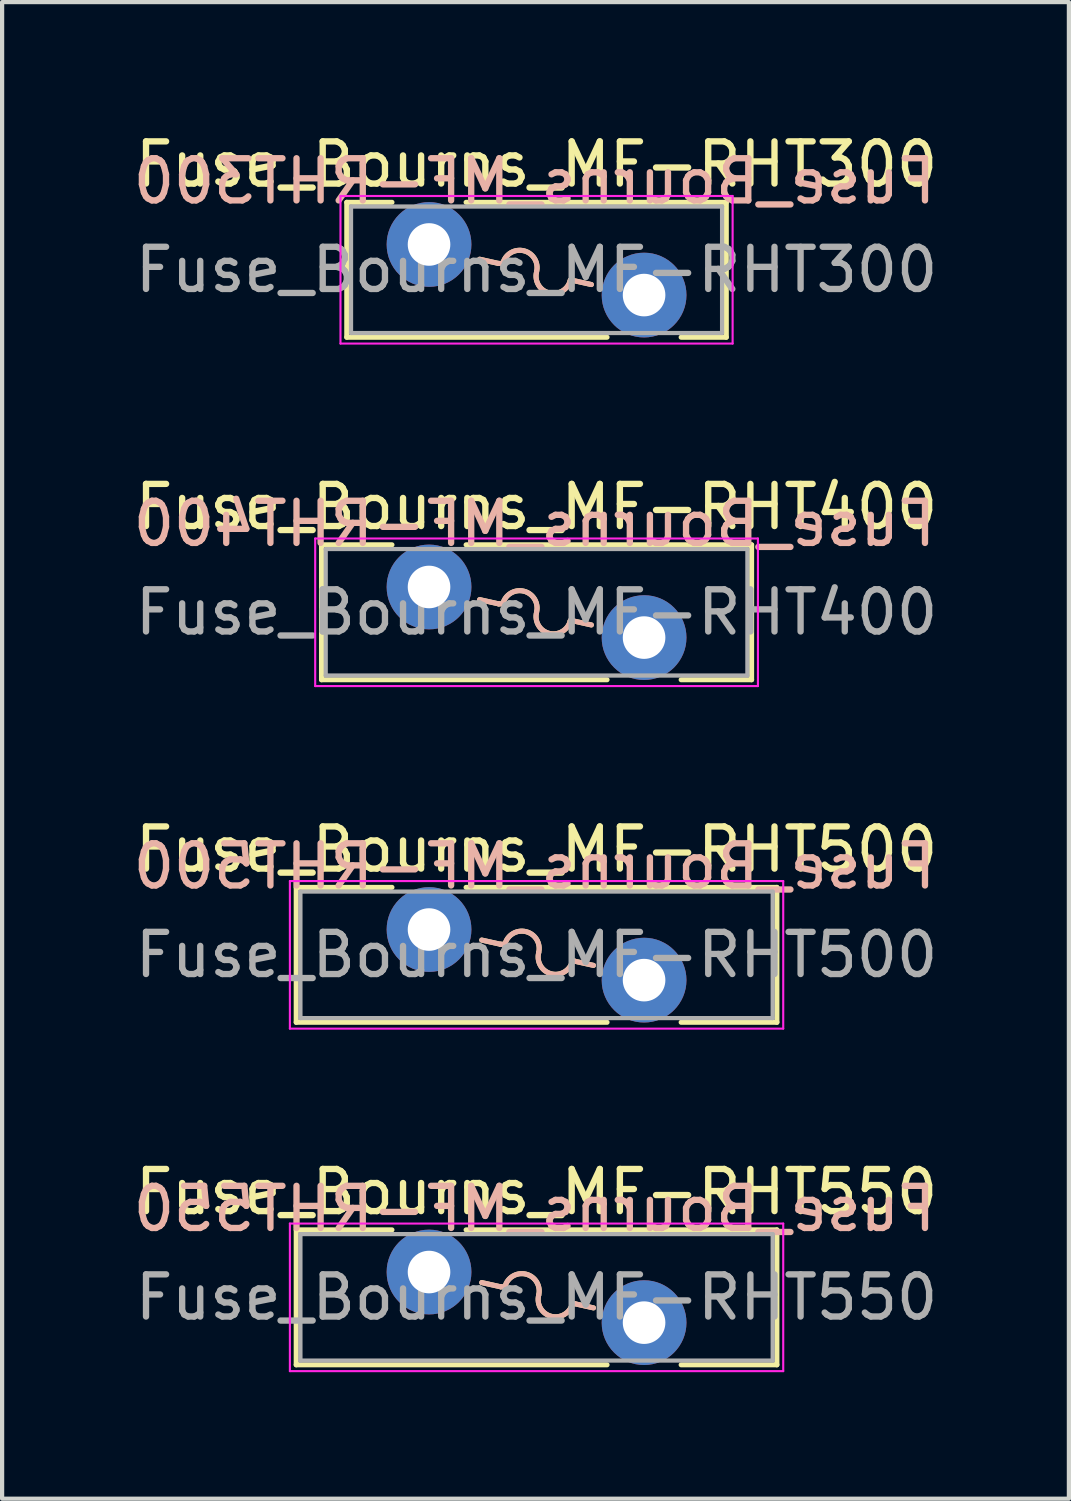
<source format=kicad_pcb>
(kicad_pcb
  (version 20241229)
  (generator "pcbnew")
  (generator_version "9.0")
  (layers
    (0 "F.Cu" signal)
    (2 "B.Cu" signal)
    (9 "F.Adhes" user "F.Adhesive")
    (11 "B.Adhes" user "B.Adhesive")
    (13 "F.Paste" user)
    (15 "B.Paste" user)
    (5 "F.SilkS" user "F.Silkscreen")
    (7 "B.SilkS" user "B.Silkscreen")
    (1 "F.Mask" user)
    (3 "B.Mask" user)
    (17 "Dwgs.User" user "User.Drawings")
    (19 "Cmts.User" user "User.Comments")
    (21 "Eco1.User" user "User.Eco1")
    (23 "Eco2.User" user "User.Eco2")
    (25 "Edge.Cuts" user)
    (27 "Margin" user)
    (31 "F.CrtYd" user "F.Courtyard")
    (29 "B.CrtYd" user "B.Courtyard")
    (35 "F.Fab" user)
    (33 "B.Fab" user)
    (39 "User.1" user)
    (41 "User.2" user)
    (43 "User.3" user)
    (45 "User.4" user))
  (footprint "Fuse_Bourns_MF-RHT500"
    (layer "F.Cu")
    (at 7.125 18.995)
    (property "Reference" "Fuse_Bourns_MF-RHT500" (at 2.55 -1.9 0) (layer "F.SilkS") (effects (font (size 1 1) (thickness 0.15))))
    (fp_line (start -3.15 -1) (end -3.15 2.2) (stroke (width 0.12) (type solid)) (layer "F.SilkS"))
    (fp_line (start -3.15 -1) (end -0.879 -1) (stroke (width 0.12) (type solid)) (layer "F.SilkS"))
    (fp_line (start -3.15 2.2) (end 4.222 2.2) (stroke (width 0.12) (type solid)) (layer "F.SilkS"))
    (fp_line (start 0.879 -1) (end 8.25 -1) (stroke (width 0.12) (type solid)) (layer "F.SilkS"))
    (fp_line (start 1.25 0.25) (end 1.7 0.35) (stroke (width 0.12) (type solid)) (layer "F.SilkS"))
    (fp_line (start 1.8 0.35) (end 1.7 0.35) (stroke (width 0.12) (type solid)) (layer "F.SilkS"))
    (fp_line (start 3.4 0.75) (end 3.45 0.75) (stroke (width 0.12) (type solid)) (layer "F.SilkS"))
    (fp_line (start 3.45 0.75) (end 3.9 0.85) (stroke (width 0.12) (type solid)) (layer "F.SilkS"))
    (fp_line (start 5.979 2.2) (end 8.25 2.2) (stroke (width 0.12) (type solid)) (layer "F.SilkS"))
    (fp_line (start 8.25 -1) (end 8.25 2.2) (stroke (width 0.12) (type solid)) (layer "F.SilkS"))
    (fp_arc (start 1.800001 0.350001) (mid 2.299999 0.050001) (end 2.599999 0.549999) (stroke (width 0.12) (type solid)) (layer "F.SilkS"))
    (fp_arc (start 3.399999 0.749999) (mid 2.900001 1.049999) (end 2.600001 0.550001) (stroke (width 0.12) (type solid)) (layer "F.SilkS"))
    (fp_line (start 1.25 0.25) (end 1.7 0.35) (stroke (width 0.12) (type solid)) (layer "B.SilkS"))
    (fp_line (start 1.8 0.35) (end 1.7 0.35) (stroke (width 0.12) (type solid)) (layer "B.SilkS"))
    (fp_line (start 3.4 0.75) (end 3.45 0.75) (stroke (width 0.12) (type solid)) (layer "B.SilkS"))
    (fp_line (start 3.45 0.75) (end 3.9 0.85) (stroke (width 0.12) (type solid)) (layer "B.SilkS"))
    (fp_arc (start 1.800001 0.350001) (mid 2.299999 0.050001) (end 2.599999 0.549999) (stroke (width 0.12) (type solid)) (layer "B.SilkS"))
    (fp_arc (start 3.399999 0.749999) (mid 2.900001 1.049999) (end 2.600001 0.550001) (stroke (width 0.12) (type solid)) (layer "B.SilkS"))
    (fp_line (start -3.3 -1.15) (end -3.3 2.35) (stroke (width 0.05) (type solid)) (layer "F.CrtYd"))
    (fp_line (start -3.3 2.35) (end 8.4 2.35) (stroke (width 0.05) (type solid)) (layer "F.CrtYd"))
    (fp_line (start 8.4 -1.15) (end -3.3 -1.15) (stroke (width 0.05) (type solid)) (layer "F.CrtYd"))
    (fp_line (start 8.4 2.35) (end 8.4 -1.15) (stroke (width 0.05) (type solid)) (layer "F.CrtYd"))
    (fp_line (start -3.05 -0.9) (end -3.05 2.1) (stroke (width 0.1) (type solid)) (layer "F.Fab"))
    (fp_line (start -3.05 2.1) (end 8.15 2.1) (stroke (width 0.1) (type solid)) (layer "F.Fab"))
    (fp_line (start 8.15 -0.9) (end -3.05 -0.9) (stroke (width 0.1) (type solid)) (layer "F.Fab"))
    (fp_line (start 8.15 2.1) (end 8.15 -0.9) (stroke (width 0.1) (type solid)) (layer "F.Fab"))
    (fp_text user "${REFERENCE}" (at 2.5 -1.5 0) (layer "B.SilkS") (effects (font (size 1 1) (thickness 0.15)) (justify mirror)))
    (fp_text user "${REFERENCE}" (at 2.55 0.6 0) (layer "F.Fab") (effects (font (size 1 1) (thickness 0.15))))
    (pad "1" thru_hole circle (at 0 0) (size 2.01 2.01) (drill 1.01) (layers "*.Cu" "*.Mask"))
    (pad "2" thru_hole circle (at 5.1 1.2) (size 2.01 2.01) (drill 1.01) (layers "*.Cu" "*.Mask")))
  (footprint "Fuse_Bourns_MF-RHT300"
    (layer "F.Cu")
    (at 7.125 2.748)
    (property "Reference" "Fuse_Bourns_MF-RHT300" (at 2.55 -1.9 0) (layer "F.SilkS") (effects (font (size 1 1) (thickness 0.15))))
    (fp_line (start -1.951 -1) (end -1.951 2.2) (stroke (width 0.12) (type solid)) (layer "F.SilkS"))
    (fp_line (start -1.951 -1) (end -0.879 -1) (stroke (width 0.12) (type solid)) (layer "F.SilkS"))
    (fp_line (start -1.951 2.2) (end 4.222 2.2) (stroke (width 0.12) (type solid)) (layer "F.SilkS"))
    (fp_line (start 0.879 -1) (end 7.05 -1) (stroke (width 0.12) (type solid)) (layer "F.SilkS"))
    (fp_line (start 1.2 0.35) (end 1.65 0.45) (stroke (width 0.12) (type solid)) (layer "F.SilkS"))
    (fp_line (start 1.75 0.45) (end 1.65 0.45) (stroke (width 0.12) (type solid)) (layer "F.SilkS"))
    (fp_line (start 3.35 0.85) (end 3.4 0.85) (stroke (width 0.12) (type solid)) (layer "F.SilkS"))
    (fp_line (start 3.4 0.85) (end 3.85 0.95) (stroke (width 0.12) (type solid)) (layer "F.SilkS"))
    (fp_line (start 5.979 2.2) (end 7.05 2.2) (stroke (width 0.12) (type solid)) (layer "F.SilkS"))
    (fp_line (start 7.05 -1) (end 7.05 2.2) (stroke (width 0.12) (type solid)) (layer "F.SilkS"))
    (fp_arc (start 1.750001 0.450001) (mid 2.249999 0.150001) (end 2.549999 0.649999) (stroke (width 0.12) (type solid)) (layer "F.SilkS"))
    (fp_arc (start 3.349999 0.849999) (mid 2.850001 1.149999) (end 2.550001 0.650001) (stroke (width 0.12) (type solid)) (layer "F.SilkS"))
    (fp_line (start 1.2 0.35) (end 1.65 0.45) (stroke (width 0.12) (type solid)) (layer "B.SilkS"))
    (fp_line (start 1.75 0.45) (end 1.65 0.45) (stroke (width 0.12) (type solid)) (layer "B.SilkS"))
    (fp_line (start 3.35 0.85) (end 3.4 0.85) (stroke (width 0.12) (type solid)) (layer "B.SilkS"))
    (fp_line (start 3.4 0.85) (end 3.85 0.95) (stroke (width 0.12) (type solid)) (layer "B.SilkS"))
    (fp_arc (start 1.750001 0.450001) (mid 2.249999 0.150001) (end 2.549999 0.649999) (stroke (width 0.12) (type solid)) (layer "B.SilkS"))
    (fp_arc (start 3.349999 0.849999) (mid 2.850001 1.149999) (end 2.550001 0.650001) (stroke (width 0.12) (type solid)) (layer "B.SilkS"))
    (fp_line (start -2.1 -1.15) (end -2.1 2.35) (stroke (width 0.05) (type solid)) (layer "F.CrtYd"))
    (fp_line (start -2.1 2.35) (end 7.2 2.35) (stroke (width 0.05) (type solid)) (layer "F.CrtYd"))
    (fp_line (start 7.2 -1.15) (end -2.1 -1.15) (stroke (width 0.05) (type solid)) (layer "F.CrtYd"))
    (fp_line (start 7.2 2.35) (end 7.2 -1.15) (stroke (width 0.05) (type solid)) (layer "F.CrtYd"))
    (fp_line (start -1.85 -0.9) (end -1.85 2.1) (stroke (width 0.1) (type solid)) (layer "F.Fab"))
    (fp_line (start -1.85 2.1) (end 6.95 2.1) (stroke (width 0.1) (type solid)) (layer "F.Fab"))
    (fp_line (start 6.95 -0.9) (end -1.85 -0.9) (stroke (width 0.1) (type solid)) (layer "F.Fab"))
    (fp_line (start 6.95 2.1) (end 6.95 -0.9) (stroke (width 0.1) (type solid)) (layer "F.Fab"))
    (fp_text user "${REFERENCE}" (at 2.5 -1.5 0) (layer "B.SilkS") (effects (font (size 1 1) (thickness 0.15)) (justify mirror)))
    (fp_text user "${REFERENCE}" (at 2.55 0.6 0) (layer "F.Fab") (effects (font (size 1 1) (thickness 0.15))))
    (pad "1" thru_hole circle (at 0 0) (size 2.01 2.01) (drill 1.01) (layers "*.Cu" "*.Mask"))
    (pad "2" thru_hole circle (at 5.1 1.2) (size 2.01 2.01) (drill 1.01) (layers "*.Cu" "*.Mask")))
  (footprint "Fuse_Bourns_MF-RHT400"
    (layer "F.Cu")
    (at 7.125 10.871)
    (property "Reference" "Fuse_Bourns_MF-RHT400" (at 2.55 -1.9 0) (layer "F.SilkS") (effects (font (size 1 1) (thickness 0.15))))
    (fp_line (start -2.55 -1) (end -2.55 2.2) (stroke (width 0.12) (type solid)) (layer "F.SilkS"))
    (fp_line (start -2.55 -1) (end -0.879 -1) (stroke (width 0.12) (type solid)) (layer "F.SilkS"))
    (fp_line (start -2.55 2.2) (end 4.222 2.2) (stroke (width 0.12) (type solid)) (layer "F.SilkS"))
    (fp_line (start 0.879 -1) (end 7.65 -1) (stroke (width 0.12) (type solid)) (layer "F.SilkS"))
    (fp_line (start 1.2 0.3) (end 1.65 0.4) (stroke (width 0.12) (type solid)) (layer "F.SilkS"))
    (fp_line (start 1.75 0.4) (end 1.65 0.4) (stroke (width 0.12) (type solid)) (layer "F.SilkS"))
    (fp_line (start 3.35 0.8) (end 3.4 0.8) (stroke (width 0.12) (type solid)) (layer "F.SilkS"))
    (fp_line (start 3.4 0.8) (end 3.85 0.9) (stroke (width 0.12) (type solid)) (layer "F.SilkS"))
    (fp_line (start 5.979 2.2) (end 7.65 2.2) (stroke (width 0.12) (type solid)) (layer "F.SilkS"))
    (fp_line (start 7.65 -1) (end 7.65 2.2) (stroke (width 0.12) (type solid)) (layer "F.SilkS"))
    (fp_arc (start 1.750001 0.400001) (mid 2.249999 0.100001) (end 2.549999 0.599999) (stroke (width 0.12) (type solid)) (layer "F.SilkS"))
    (fp_arc (start 3.349999 0.799999) (mid 2.850001 1.099999) (end 2.550001 0.600001) (stroke (width 0.12) (type solid)) (layer "F.SilkS"))
    (fp_line (start 1.2 0.3) (end 1.65 0.4) (stroke (width 0.12) (type solid)) (layer "B.SilkS"))
    (fp_line (start 1.75 0.4) (end 1.65 0.4) (stroke (width 0.12) (type solid)) (layer "B.SilkS"))
    (fp_line (start 3.35 0.8) (end 3.4 0.8) (stroke (width 0.12) (type solid)) (layer "B.SilkS"))
    (fp_line (start 3.4 0.8) (end 3.85 0.9) (stroke (width 0.12) (type solid)) (layer "B.SilkS"))
    (fp_arc (start 1.750001 0.400001) (mid 2.249999 0.100001) (end 2.549999 0.599999) (stroke (width 0.12) (type solid)) (layer "B.SilkS"))
    (fp_arc (start 3.349999 0.799999) (mid 2.850001 1.099999) (end 2.550001 0.600001) (stroke (width 0.12) (type solid)) (layer "B.SilkS"))
    (fp_line (start -2.7 -1.15) (end -2.7 2.35) (stroke (width 0.05) (type solid)) (layer "F.CrtYd"))
    (fp_line (start -2.7 2.35) (end 7.8 2.35) (stroke (width 0.05) (type solid)) (layer "F.CrtYd"))
    (fp_line (start 7.8 -1.15) (end -2.7 -1.15) (stroke (width 0.05) (type solid)) (layer "F.CrtYd"))
    (fp_line (start 7.8 2.35) (end 7.8 -1.15) (stroke (width 0.05) (type solid)) (layer "F.CrtYd"))
    (fp_line (start -2.45 -0.9) (end -2.45 2.1) (stroke (width 0.1) (type solid)) (layer "F.Fab"))
    (fp_line (start -2.45 2.1) (end 7.55 2.1) (stroke (width 0.1) (type solid)) (layer "F.Fab"))
    (fp_line (start 7.55 -0.9) (end -2.45 -0.9) (stroke (width 0.1) (type solid)) (layer "F.Fab"))
    (fp_line (start 7.55 2.1) (end 7.55 -0.9) (stroke (width 0.1) (type solid)) (layer "F.Fab"))
    (fp_text user "${REFERENCE}" (at 2.5 -1.5 0) (layer "B.SilkS") (effects (font (size 1 1) (thickness 0.15)) (justify mirror)))
    (fp_text user "${REFERENCE}" (at 2.55 0.6 0) (layer "F.Fab") (effects (font (size 1 1) (thickness 0.15))))
    (pad "1" thru_hole circle (at 0 0) (size 2.01 2.01) (drill 1.01) (layers "*.Cu" "*.Mask"))
    (pad "2" thru_hole circle (at 5.1 1.2) (size 2.01 2.01) (drill 1.01) (layers "*.Cu" "*.Mask")))
  (footprint "Fuse_Bourns_MF-RHT550"
    (layer "F.Cu")
    (at 7.125 27.118)
    (property "Reference" "Fuse_Bourns_MF-RHT550" (at 2.55 -1.9 0) (layer "F.SilkS") (effects (font (size 1 1) (thickness 0.15))))
    (fp_line (start -3.15 -1) (end -3.15 2.2) (stroke (width 0.12) (type solid)) (layer "F.SilkS"))
    (fp_line (start -3.15 -1) (end -0.879 -1) (stroke (width 0.12) (type solid)) (layer "F.SilkS"))
    (fp_line (start -3.15 2.2) (end 4.222 2.2) (stroke (width 0.12) (type solid)) (layer "F.SilkS"))
    (fp_line (start 0.879 -1) (end 8.25 -1) (stroke (width 0.12) (type solid)) (layer "F.SilkS"))
    (fp_line (start 1.25 0.25) (end 1.7 0.35) (stroke (width 0.12) (type solid)) (layer "F.SilkS"))
    (fp_line (start 1.8 0.35) (end 1.7 0.35) (stroke (width 0.12) (type solid)) (layer "F.SilkS"))
    (fp_line (start 3.4 0.75) (end 3.45 0.75) (stroke (width 0.12) (type solid)) (layer "F.SilkS"))
    (fp_line (start 3.45 0.75) (end 3.9 0.85) (stroke (width 0.12) (type solid)) (layer "F.SilkS"))
    (fp_line (start 5.979 2.2) (end 8.25 2.2) (stroke (width 0.12) (type solid)) (layer "F.SilkS"))
    (fp_line (start 8.25 -1) (end 8.25 2.2) (stroke (width 0.12) (type solid)) (layer "F.SilkS"))
    (fp_arc (start 1.800001 0.350001) (mid 2.299999 0.050001) (end 2.599999 0.549999) (stroke (width 0.12) (type solid)) (layer "F.SilkS"))
    (fp_arc (start 3.399999 0.749999) (mid 2.900001 1.049999) (end 2.600001 0.550001) (stroke (width 0.12) (type solid)) (layer "F.SilkS"))
    (fp_line (start 1.25 0.25) (end 1.7 0.35) (stroke (width 0.12) (type solid)) (layer "B.SilkS"))
    (fp_line (start 1.8 0.35) (end 1.7 0.35) (stroke (width 0.12) (type solid)) (layer "B.SilkS"))
    (fp_line (start 3.4 0.75) (end 3.45 0.75) (stroke (width 0.12) (type solid)) (layer "B.SilkS"))
    (fp_line (start 3.45 0.75) (end 3.9 0.85) (stroke (width 0.12) (type solid)) (layer "B.SilkS"))
    (fp_arc (start 1.800001 0.350001) (mid 2.299999 0.050001) (end 2.599999 0.549999) (stroke (width 0.12) (type solid)) (layer "B.SilkS"))
    (fp_arc (start 3.399999 0.749999) (mid 2.900001 1.049999) (end 2.600001 0.550001) (stroke (width 0.12) (type solid)) (layer "B.SilkS"))
    (fp_line (start -3.3 -1.15) (end -3.3 2.35) (stroke (width 0.05) (type solid)) (layer "F.CrtYd"))
    (fp_line (start -3.3 2.35) (end 8.4 2.35) (stroke (width 0.05) (type solid)) (layer "F.CrtYd"))
    (fp_line (start 8.4 -1.15) (end -3.3 -1.15) (stroke (width 0.05) (type solid)) (layer "F.CrtYd"))
    (fp_line (start 8.4 2.35) (end 8.4 -1.15) (stroke (width 0.05) (type solid)) (layer "F.CrtYd"))
    (fp_line (start -3.05 -0.9) (end -3.05 2.1) (stroke (width 0.1) (type solid)) (layer "F.Fab"))
    (fp_line (start -3.05 2.1) (end 8.15 2.1) (stroke (width 0.1) (type solid)) (layer "F.Fab"))
    (fp_line (start 8.15 -0.9) (end -3.05 -0.9) (stroke (width 0.1) (type solid)) (layer "F.Fab"))
    (fp_line (start 8.15 2.1) (end 8.15 -0.9) (stroke (width 0.1) (type solid)) (layer "F.Fab"))
    (fp_text user "${REFERENCE}" (at 2.5 -1.5 0) (layer "B.SilkS") (effects (font (size 1 1) (thickness 0.15)) (justify mirror)))
    (fp_text user "${REFERENCE}" (at 2.55 0.6 0) (layer "F.Fab") (effects (font (size 1 1) (thickness 0.15))))
    (pad "1" thru_hole circle (at 0 0) (size 2.01 2.01) (drill 1.01) (layers "*.Cu" "*.Mask"))
    (pad "2" thru_hole circle (at 5.1 1.2) (size 2.01 2.01) (drill 1.01) (layers "*.Cu" "*.Mask")))
  (gr_rect
    (start -3 -3)
    (end 22.3 32.493)
    (stroke (width 0.1) (type default))
    (fill no)
    (layer "Edge.Cuts")))
</source>
